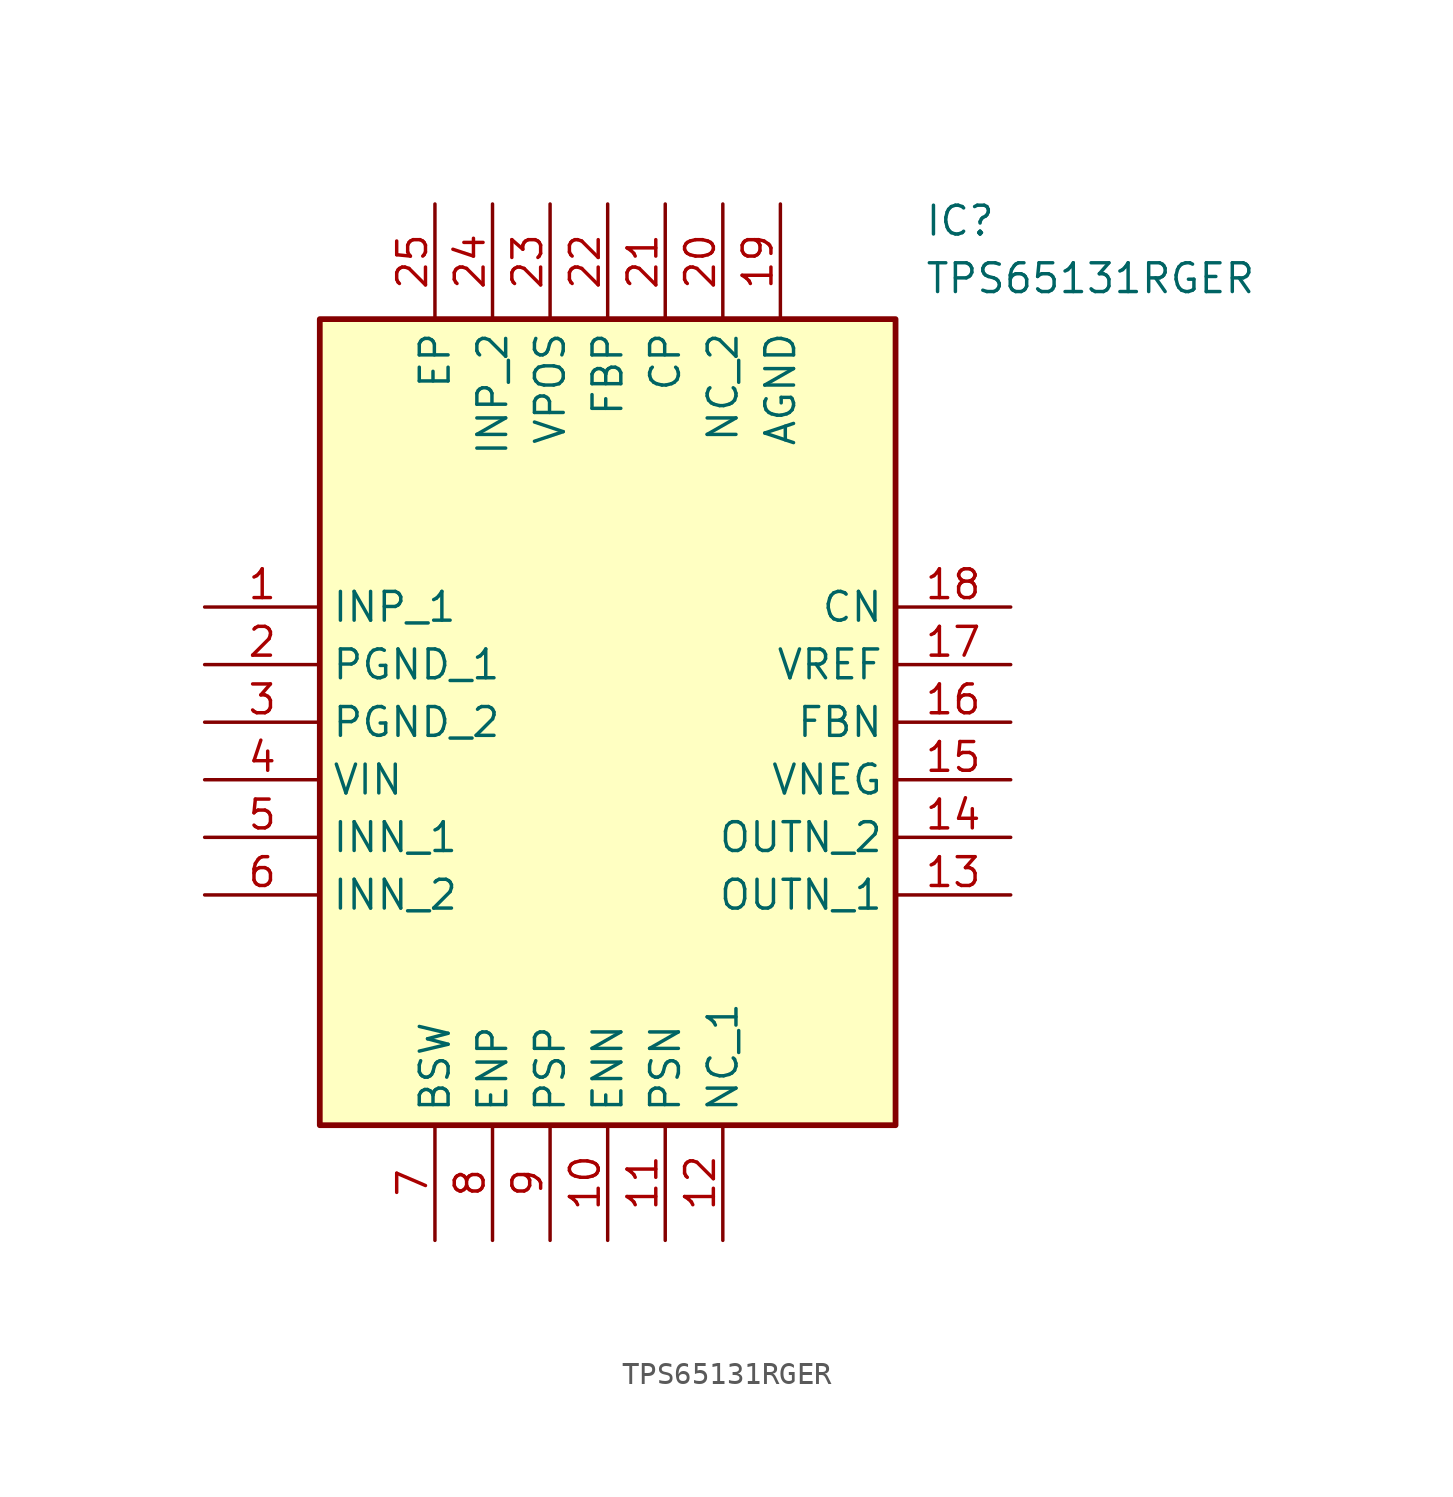
<source format=kicad_sym>
(kicad_symbol_lib
  (version 20211014)
  (generator SamacSys_ECAD_Model)
  (symbol "TPS65131RGER"
    (property "Reference" "IC"
      (at 31.75 17.78 0)
      (effects (font (size 1.27 1.27)) (justify left top)))
    (property "Value" "TPS65131RGER"
      (at 31.75 15.24 0)
      (effects (font (size 1.27 1.27)) (justify left top)))
    (rectangle
      (start 5.08 12.7)
      (end 30.48 -22.86)
      (stroke (width 0.254) (type default))
      (fill (type background)))
    (pin passive line
      (at 0 0 0)
      (length 5.08)
      (name "INP_1" (effects (font (size 1.27 1.27))))
      (number "1" (effects (font (size 1.27 1.27)))))
    (pin passive line
      (at 0 -2.54 0)
      (length 5.08)
      (name "PGND_1" (effects (font (size 1.27 1.27))))
      (number "2" (effects (font (size 1.27 1.27)))))
    (pin passive line
      (at 0 -5.08 0)
      (length 5.08)
      (name "PGND_2" (effects (font (size 1.27 1.27))))
      (number "3" (effects (font (size 1.27 1.27)))))
    (pin passive line
      (at 0 -7.62 0)
      (length 5.08)
      (name "VIN" (effects (font (size 1.27 1.27))))
      (number "4" (effects (font (size 1.27 1.27)))))
    (pin passive line
      (at 0 -10.16 0)
      (length 5.08)
      (name "INN_1" (effects (font (size 1.27 1.27))))
      (number "5" (effects (font (size 1.27 1.27)))))
    (pin passive line
      (at 0 -12.7 0)
      (length 5.08)
      (name "INN_2" (effects (font (size 1.27 1.27))))
      (number "6" (effects (font (size 1.27 1.27)))))
    (pin passive line
      (at 10.16 -27.94 90)
      (length 5.08)
      (name "BSW" (effects (font (size 1.27 1.27))))
      (number "7" (effects (font (size 1.27 1.27)))))
    (pin passive line
      (at 12.7 -27.94 90)
      (length 5.08)
      (name "ENP" (effects (font (size 1.27 1.27))))
      (number "8" (effects (font (size 1.27 1.27)))))
    (pin passive line
      (at 15.24 -27.94 90)
      (length 5.08)
      (name "PSP" (effects (font (size 1.27 1.27))))
      (number "9" (effects (font (size 1.27 1.27)))))
    (pin passive line
      (at 17.78 -27.94 90)
      (length 5.08)
      (name "ENN" (effects (font (size 1.27 1.27))))
      (number "10" (effects (font (size 1.27 1.27)))))
    (pin passive line
      (at 20.32 -27.94 90)
      (length 5.08)
      (name "PSN" (effects (font (size 1.27 1.27))))
      (number "11" (effects (font (size 1.27 1.27)))))
    (pin passive line
      (at 22.86 -27.94 90)
      (length 5.08)
      (name "NC_1" (effects (font (size 1.27 1.27))))
      (number "12" (effects (font (size 1.27 1.27)))))
    (pin passive line
      (at 35.56 0 180)
      (length 5.08)
      (name "CN" (effects (font (size 1.27 1.27))))
      (number "18" (effects (font (size 1.27 1.27)))))
    (pin passive line
      (at 35.56 -2.54 180)
      (length 5.08)
      (name "VREF" (effects (font (size 1.27 1.27))))
      (number "17" (effects (font (size 1.27 1.27)))))
    (pin passive line
      (at 35.56 -5.08 180)
      (length 5.08)
      (name "FBN" (effects (font (size 1.27 1.27))))
      (number "16" (effects (font (size 1.27 1.27)))))
    (pin passive line
      (at 35.56 -7.62 180)
      (length 5.08)
      (name "VNEG" (effects (font (size 1.27 1.27))))
      (number "15" (effects (font (size 1.27 1.27)))))
    (pin passive line
      (at 35.56 -10.16 180)
      (length 5.08)
      (name "OUTN_2" (effects (font (size 1.27 1.27))))
      (number "14" (effects (font (size 1.27 1.27)))))
    (pin passive line
      (at 35.56 -12.7 180)
      (length 5.08)
      (name "OUTN_1" (effects (font (size 1.27 1.27))))
      (number "13" (effects (font (size 1.27 1.27)))))
    (pin passive line
      (at 10.16 17.78 270)
      (length 5.08)
      (name "EP" (effects (font (size 1.27 1.27))))
      (number "25" (effects (font (size 1.27 1.27)))))
    (pin passive line
      (at 12.7 17.78 270)
      (length 5.08)
      (name "INP_2" (effects (font (size 1.27 1.27))))
      (number "24" (effects (font (size 1.27 1.27)))))
    (pin passive line
      (at 15.24 17.78 270)
      (length 5.08)
      (name "VPOS" (effects (font (size 1.27 1.27))))
      (number "23" (effects (font (size 1.27 1.27)))))
    (pin passive line
      (at 17.78 17.78 270)
      (length 5.08)
      (name "FBP" (effects (font (size 1.27 1.27))))
      (number "22" (effects (font (size 1.27 1.27)))))
    (pin passive line
      (at 20.32 17.78 270)
      (length 5.08)
      (name "CP" (effects (font (size 1.27 1.27))))
      (number "21" (effects (font (size 1.27 1.27)))))
    (pin passive line
      (at 22.86 17.78 270)
      (length 5.08)
      (name "NC_2" (effects (font (size 1.27 1.27))))
      (number "20" (effects (font (size 1.27 1.27)))))
    (pin passive line
      (at 25.4 17.78 270)
      (length 5.08)
      (name "AGND" (effects (font (size 1.27 1.27))))
      (number "19" (effects (font (size 1.27 1.27)))))))
</source>
